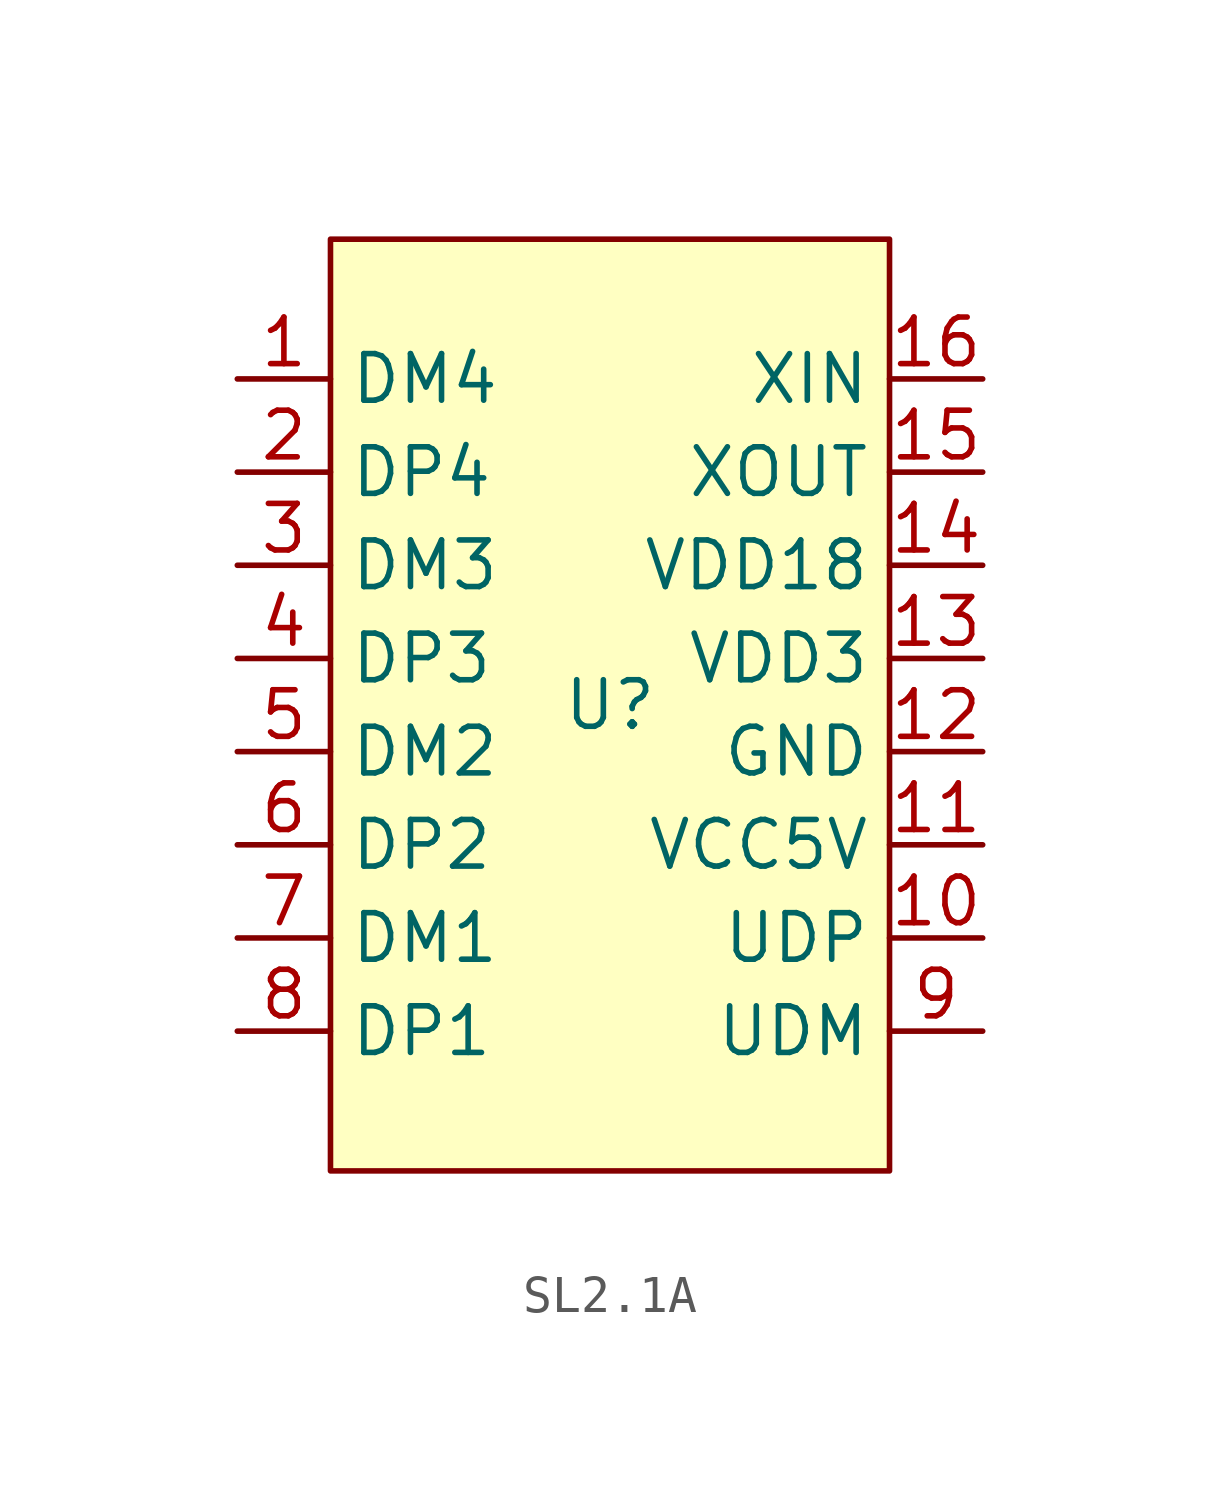
<source format=kicad_sym>
(kicad_symbol_lib
  (version 20241209)
  (generator "kicad_symbol_editor")
  (generator_version "9.0")
  (symbol "SL2.1A"
    (property "Reference" "U"
      (at 0 0 0)
      (effects (font (size 1.27 1.27))))
    (property "Value" ""
      (at 0 0 0)
      (effects (font (size 1.27 1.27))))
    (symbol "SL2.1A_1_1"
      (rectangle (start -7.62 12.7) (end 7.62 -12.7) (stroke (width 0) (type solid)) (fill (type background)))
      (pin input line (at -10.16 8.89 0) (length 2.54) (name "DM4" (effects (font (size 1.27 1.27)))) (number "1" (effects (font (size 1.27 1.27)))))
      (pin input line (at -10.16 6.35 0) (length 2.54) (name "DP4" (effects (font (size 1.27 1.27)))) (number "2" (effects (font (size 1.27 1.27)))))
      (pin input line (at -10.16 3.81 0) (length 2.54) (name "DM3" (effects (font (size 1.27 1.27)))) (number "3" (effects (font (size 1.27 1.27)))))
      (pin input line (at -10.16 1.27 0) (length 2.54) (name "DP3" (effects (font (size 1.27 1.27)))) (number "4" (effects (font (size 1.27 1.27)))))
      (pin input line (at -10.16 -1.27 0) (length 2.54) (name "DM2" (effects (font (size 1.27 1.27)))) (number "5" (effects (font (size 1.27 1.27)))))
      (pin input line (at -10.16 -3.81 0) (length 2.54) (name "DP2" (effects (font (size 1.27 1.27)))) (number "6" (effects (font (size 1.27 1.27)))))
      (pin input line (at -10.16 -6.35 0) (length 2.54) (name "DM1" (effects (font (size 1.27 1.27)))) (number "7" (effects (font (size 1.27 1.27)))))
      (pin input line (at -10.16 -8.89 0) (length 2.54) (name "DP1" (effects (font (size 1.27 1.27)))) (number "8" (effects (font (size 1.27 1.27)))))
      (pin input line (at 10.16 8.89 180) (length 2.54) (name "XIN" (effects (font (size 1.27 1.27)))) (number "16" (effects (font (size 1.27 1.27)))))
      (pin input line (at 10.16 6.35 180) (length 2.54) (name "XOUT" (effects (font (size 1.27 1.27)))) (number "15" (effects (font (size 1.27 1.27)))))
      (pin input line (at 10.16 3.81 180) (length 2.54) (name "VDD18" (effects (font (size 1.27 1.27)))) (number "14" (effects (font (size 1.27 1.27)))))
      (pin input line (at 10.16 1.27 180) (length 2.54) (name "VDD3" (effects (font (size 1.27 1.27)))) (number "13" (effects (font (size 1.27 1.27)))))
      (pin input line (at 10.16 -1.27 180) (length 2.54) (name "GND" (effects (font (size 1.27 1.27)))) (number "12" (effects (font (size 1.27 1.27)))))
      (pin input line (at 10.16 -3.81 180) (length 2.54) (name "VCC5V" (effects (font (size 1.27 1.27)))) (number "11" (effects (font (size 1.27 1.27)))))
      (pin input line (at 10.16 -6.35 180) (length 2.54) (name "UDP" (effects (font (size 1.27 1.27)))) (number "10" (effects (font (size 1.27 1.27)))))
      (pin input line (at 10.16 -8.89 180) (length 2.54) (name "UDM" (effects (font (size 1.27 1.27)))) (number "9" (effects (font (size 1.27 1.27))))))))
</source>
